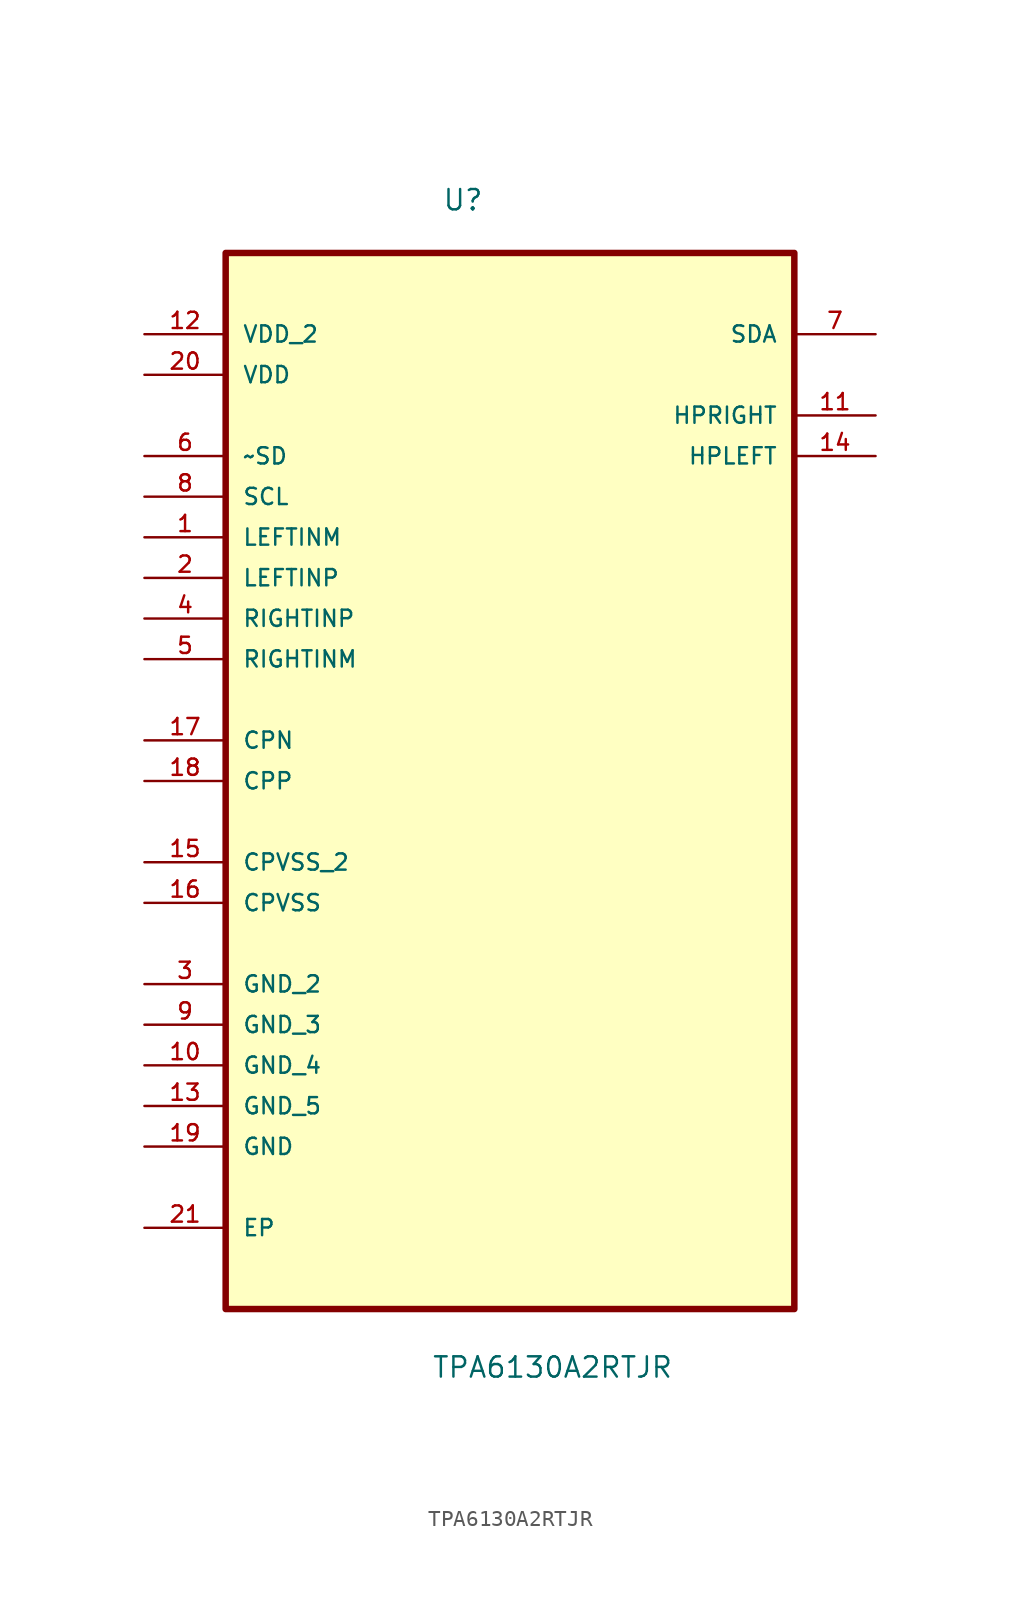
<source format=kicad_sym>
(kicad_symbol_lib
  (version 20211014)
  (generator kicad_symbol_editor)
  (symbol "TPA6130A2RTJR"
    (pin_names
      (offset 1.016))
    (property "Reference" "U"
      (at -4.248 33.045 0.0)
      (effects (font (size 1.27 1.27)) (justify bottom left)))
    (property "Value" "TPA6130A2RTJR"
      (at -4.908 -39.947 0.0)
      (effects (font (size 1.27 1.27)) (justify bottom left)))
    (symbol "TPA6130A2RTJR_0_0"
      (rectangle (start -17.78 -35.56) (end 17.78 30.48) (stroke (width 0.406)) (fill (type background)))
      (pin power_in line (at -22.86 25.4 0) (length 5.08) (name "VDD_2" (effects (font (size 1.016 1.016)))) (number "12" (effects (font (size 1.016 1.016)))))
      (pin power_in line (at -22.86 22.86 0) (length 5.08) (name "VDD" (effects (font (size 1.016 1.016)))) (number "20" (effects (font (size 1.016 1.016)))))
      (pin input line (at -22.86 17.78 0) (length 5.08) (name "~SD" (effects (font (size 1.016 1.016)))) (number "6" (effects (font (size 1.016 1.016)))))
      (pin input line (at -22.86 15.24 0) (length 5.08) (name "SCL" (effects (font (size 1.016 1.016)))) (number "8" (effects (font (size 1.016 1.016)))))
      (pin input line (at -22.86 12.7 0) (length 5.08) (name "LEFTINM" (effects (font (size 1.016 1.016)))) (number "1" (effects (font (size 1.016 1.016)))))
      (pin input line (at -22.86 10.16 0) (length 5.08) (name "LEFTINP" (effects (font (size 1.016 1.016)))) (number "2" (effects (font (size 1.016 1.016)))))
      (pin input line (at -22.86 7.62 0) (length 5.08) (name "RIGHTINP" (effects (font (size 1.016 1.016)))) (number "4" (effects (font (size 1.016 1.016)))))
      (pin input line (at -22.86 5.08 0) (length 5.08) (name "RIGHTINM" (effects (font (size 1.016 1.016)))) (number "5" (effects (font (size 1.016 1.016)))))
      (pin power_in line (at -22.86 0.0 0) (length 5.08) (name "CPN" (effects (font (size 1.016 1.016)))) (number "17" (effects (font (size 1.016 1.016)))))
      (pin power_in line (at -22.86 -2.54 0) (length 5.08) (name "CPP" (effects (font (size 1.016 1.016)))) (number "18" (effects (font (size 1.016 1.016)))))
      (pin power_in line (at -22.86 -7.62 0) (length 5.08) (name "CPVSS_2" (effects (font (size 1.016 1.016)))) (number "15" (effects (font (size 1.016 1.016)))))
      (pin power_in line (at -22.86 -10.16 0) (length 5.08) (name "CPVSS" (effects (font (size 1.016 1.016)))) (number "16" (effects (font (size 1.016 1.016)))))
      (pin passive line (at -22.86 -15.24 0) (length 5.08) (name "GND_2" (effects (font (size 1.016 1.016)))) (number "3" (effects (font (size 1.016 1.016)))))
      (pin passive line (at -22.86 -17.78 0) (length 5.08) (name "GND_3" (effects (font (size 1.016 1.016)))) (number "9" (effects (font (size 1.016 1.016)))))
      (pin passive line (at -22.86 -20.32 0) (length 5.08) (name "GND_4" (effects (font (size 1.016 1.016)))) (number "10" (effects (font (size 1.016 1.016)))))
      (pin passive line (at -22.86 -22.86 0) (length 5.08) (name "GND_5" (effects (font (size 1.016 1.016)))) (number "13" (effects (font (size 1.016 1.016)))))
      (pin passive line (at -22.86 -25.4 0) (length 5.08) (name "GND" (effects (font (size 1.016 1.016)))) (number "19" (effects (font (size 1.016 1.016)))))
      (pin passive line (at -22.86 -30.48 0) (length 5.08) (name "EP" (effects (font (size 1.016 1.016)))) (number "21" (effects (font (size 1.016 1.016)))))
      (pin bidirectional line (at 22.86 25.4 180.0) (length 5.08) (name "SDA" (effects (font (size 1.016 1.016)))) (number "7" (effects (font (size 1.016 1.016)))))
      (pin output line (at 22.86 20.32 180.0) (length 5.08) (name "HPRIGHT" (effects (font (size 1.016 1.016)))) (number "11" (effects (font (size 1.016 1.016)))))
      (pin output line (at 22.86 17.78 180.0) (length 5.08) (name "HPLEFT" (effects (font (size 1.016 1.016)))) (number "14" (effects (font (size 1.016 1.016))))))))
</source>
